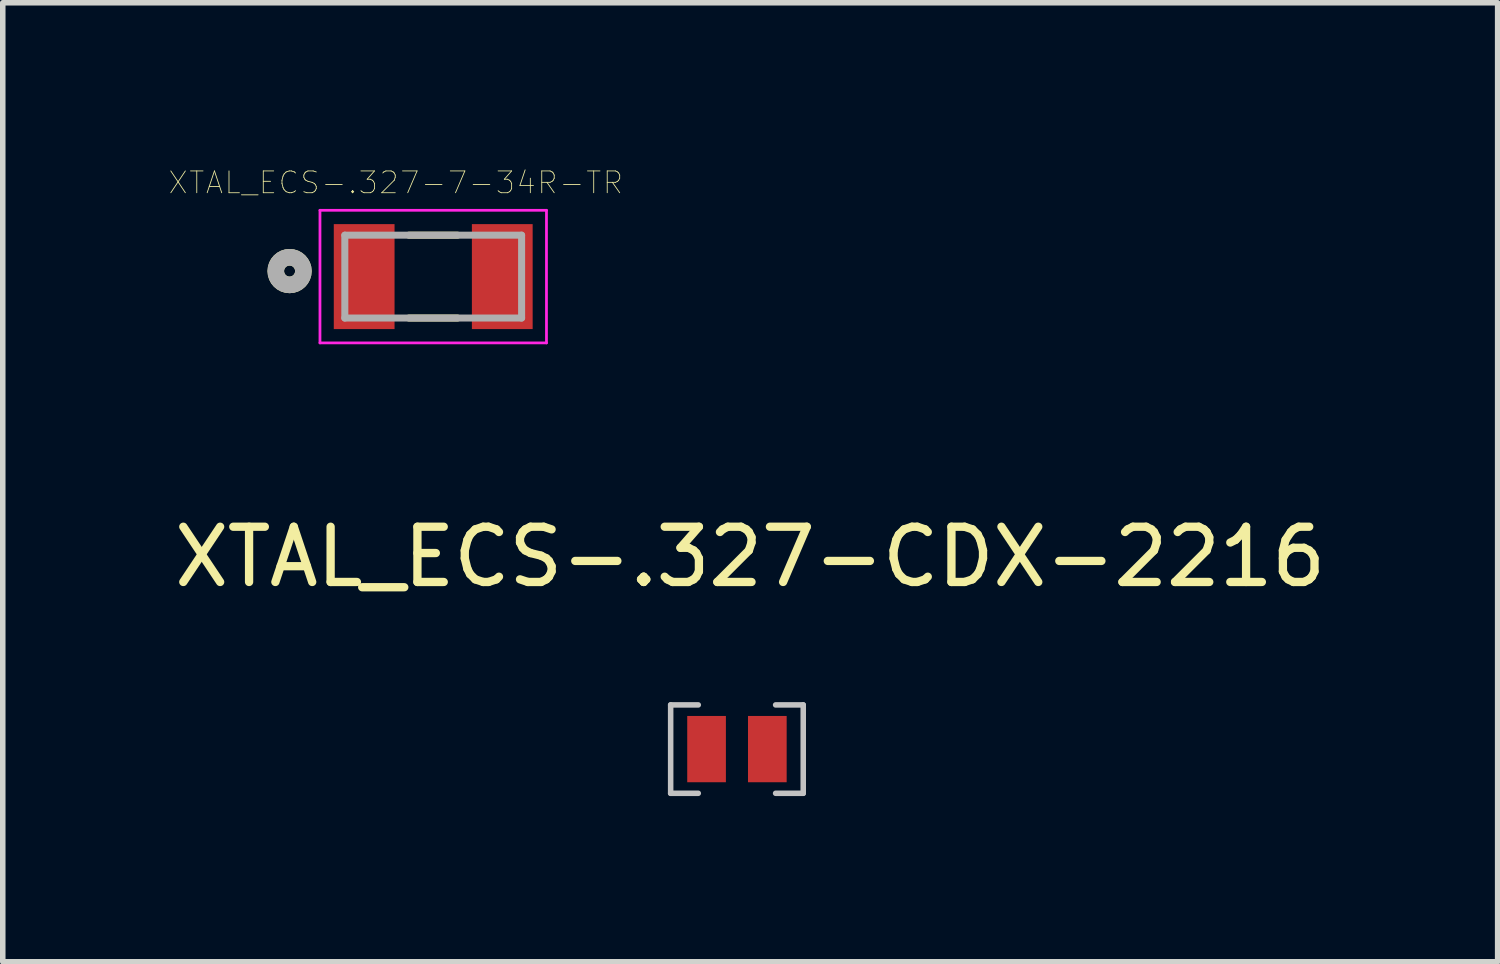
<source format=kicad_pcb>
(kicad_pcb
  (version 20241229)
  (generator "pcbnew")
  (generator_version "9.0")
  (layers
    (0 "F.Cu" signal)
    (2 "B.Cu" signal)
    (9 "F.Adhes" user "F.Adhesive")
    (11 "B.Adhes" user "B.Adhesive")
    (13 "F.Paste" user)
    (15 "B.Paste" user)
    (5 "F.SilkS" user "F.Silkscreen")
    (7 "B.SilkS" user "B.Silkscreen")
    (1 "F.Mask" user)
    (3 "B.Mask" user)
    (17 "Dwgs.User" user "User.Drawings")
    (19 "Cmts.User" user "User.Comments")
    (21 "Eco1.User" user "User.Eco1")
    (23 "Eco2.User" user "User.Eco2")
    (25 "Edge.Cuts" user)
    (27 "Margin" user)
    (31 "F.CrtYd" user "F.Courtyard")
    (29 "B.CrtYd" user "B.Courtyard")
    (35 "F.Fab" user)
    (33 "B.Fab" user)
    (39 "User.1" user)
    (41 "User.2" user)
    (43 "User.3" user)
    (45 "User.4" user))
  (footprint "XTAL_ECS-.327-7-34R-TR"
    (layer "F.Cu")
    (at 4.792 1.957)
    (property "Reference" "XTAL_ECS-.327-7-34R-TR" (at -0.678 -1.7 0) (layer "F.SilkS") (effects (font (size 0.395 0.395) (thickness 0.015))))
    (attr through_hole)
    (fp_line (start -0.44 -0.75) (end 0.44 -0.75) (stroke (width 0.127) (type solid)) (layer "F.SilkS"))
    (fp_line (start -0.44 0.75) (end 0.44 0.75) (stroke (width 0.127) (type solid)) (layer "F.SilkS"))
    (fp_circle (center -2.6 -0.1) (end -2.5 -0.1) (stroke (width 0.3) (type solid)) (fill no) (layer "F.SilkS"))
    (fp_line (start -2.05 -1.2) (end 2.05 -1.2) (stroke (width 0.05) (type solid)) (layer "F.CrtYd"))
    (fp_line (start -2.05 1.2) (end -2.05 -1.2) (stroke (width 0.05) (type solid)) (layer "F.CrtYd"))
    (fp_line (start 2.05 -1.2) (end 2.05 1.2) (stroke (width 0.05) (type solid)) (layer "F.CrtYd"))
    (fp_line (start 2.05 1.2) (end -2.05 1.2) (stroke (width 0.05) (type solid)) (layer "F.CrtYd"))
    (fp_line (start -1.6 -0.75) (end -1.6 0.75) (stroke (width 0.127) (type solid)) (layer "F.Fab"))
    (fp_line (start -1.6 0.75) (end 1.6 0.75) (stroke (width 0.127) (type solid)) (layer "F.Fab"))
    (fp_line (start 1.6 -0.75) (end -1.6 -0.75) (stroke (width 0.127) (type solid)) (layer "F.Fab"))
    (fp_line (start 1.6 0.75) (end 1.6 -0.75) (stroke (width 0.127) (type solid)) (layer "F.Fab"))
    (fp_circle (center -2.6 -0.1) (end -2.5 -0.1) (stroke (width 0.3) (type solid)) (fill no) (layer "F.Fab"))
    (pad "1" smd rect (at -1.25 0) (size 1.1 1.9) (layers "F.Cu" "F.Mask" "F.Paste"))
    (pad "2" smd rect (at 1.25 0) (size 1.1 1.9) (layers "F.Cu" "F.Mask" "F.Paste")))
  (footprint "XTAL_ECS-.327-CDX-2216"
    (layer "F.Cu")
    (at 10.29 10.51)
    (property "Reference" "XTAL_ECS-.327-CDX-2216" (at 0.24 -3.48 0) (layer "F.SilkS") (effects (font (size 1 1) (thickness 0.15))))
    (attr through_hole)
    (fp_line (start -1.2 -0.8) (end -1.2 0.8) (stroke (width 0.1) (type solid)) (layer "Dwgs.User"))
    (fp_line (start -1.2 0.8) (end -0.7 0.8) (stroke (width 0.1) (type solid)) (layer "Dwgs.User"))
    (fp_line (start -0.7 -0.8) (end -1.2 -0.8) (stroke (width 0.1) (type solid)) (layer "Dwgs.User"))
    (fp_line (start 0.7 -0.8) (end 1.2 -0.8) (stroke (width 0.1) (type solid)) (layer "Dwgs.User"))
    (fp_line (start 1.2 -0.8) (end 1.2 0.8) (stroke (width 0.1) (type solid)) (layer "Dwgs.User"))
    (fp_line (start 1.2 0.8) (end 0.7 0.8) (stroke (width 0.1) (type solid)) (layer "Dwgs.User"))
    (pad "1" smd rect (at -0.55 0) (size 0.7 1.2) (layers "F.Cu" "F.Mask" "F.Paste"))
    (pad "2" smd rect (at 0.55 0) (size 0.7 1.2) (layers "F.Cu" "F.Mask" "F.Paste")))
  (gr_rect
    (start -3 -3)
    (end 24.06 14.36)
    (stroke (width 0.1) (type default))
    (fill no)
    (layer "Edge.Cuts")))
</source>
